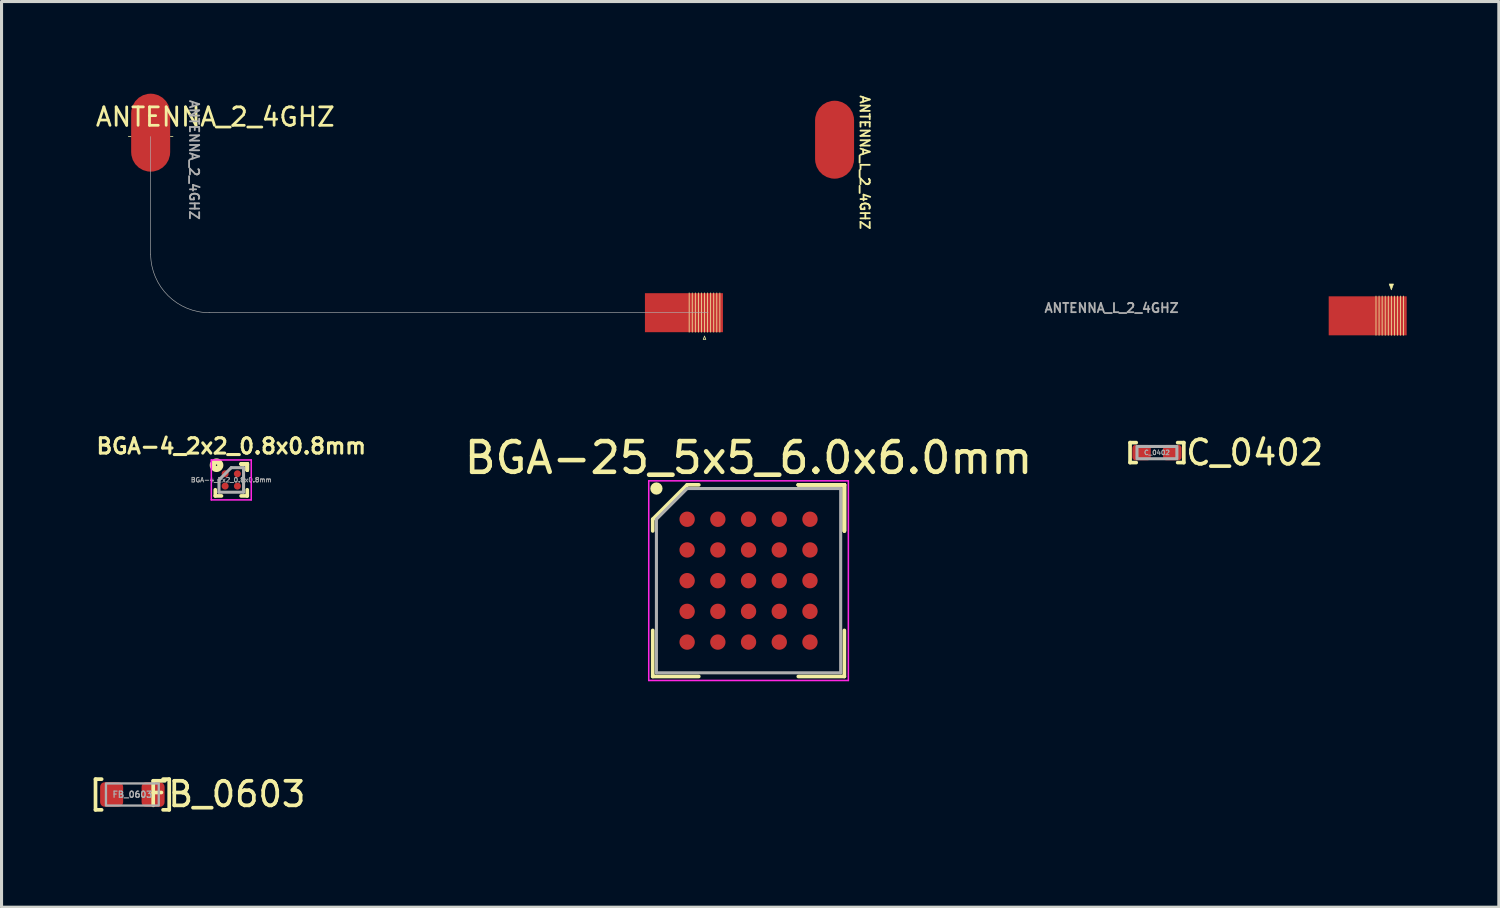
<source format=kicad_pcb>
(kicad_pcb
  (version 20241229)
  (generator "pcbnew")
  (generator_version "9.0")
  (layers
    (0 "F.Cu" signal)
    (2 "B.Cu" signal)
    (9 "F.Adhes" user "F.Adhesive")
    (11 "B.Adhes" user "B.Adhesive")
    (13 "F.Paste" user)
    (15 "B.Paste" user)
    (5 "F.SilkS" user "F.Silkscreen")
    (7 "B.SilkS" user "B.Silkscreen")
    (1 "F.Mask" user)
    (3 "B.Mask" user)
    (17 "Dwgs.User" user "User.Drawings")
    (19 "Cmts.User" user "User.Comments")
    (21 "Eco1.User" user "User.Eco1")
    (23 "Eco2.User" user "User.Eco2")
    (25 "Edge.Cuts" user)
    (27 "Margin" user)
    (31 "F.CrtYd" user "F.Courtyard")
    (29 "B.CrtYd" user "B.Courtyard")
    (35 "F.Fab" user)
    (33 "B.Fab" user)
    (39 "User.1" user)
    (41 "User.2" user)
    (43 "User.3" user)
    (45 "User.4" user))
  (footprint "ANTENNA_2_4GHZ"
    (layer "F.Cu")
    (at 1.221 1.397)
    (property "Reference" "ANTENNA_2_4GHZ" (at 2.74 -0.64 0) (unlocked yes) (layer "F.SilkS") (effects (font (size 0.6 0.6) (thickness 0.09))))
    (attr smd)
    (fp_line (start -0.09 0) (end -0.01 0) (stroke (width 0.025) (type solid)) (layer "F.SilkS"))
    (fp_line (start 1.28 0) (end 1.36 0) (stroke (width 0.025) (type solid)) (layer "F.SilkS"))
    (fp_line (start 18.17 5.09) (end 18.17 6.37) (stroke (width 0.025) (type solid)) (layer "F.SilkS"))
    (fp_line (start 18.27 5.09) (end 18.27 6.37) (stroke (width 0.025) (type solid)) (layer "F.SilkS"))
    (fp_line (start 18.37 5.09) (end 18.37 6.37) (stroke (width 0.025) (type solid)) (layer "F.SilkS"))
    (fp_line (start 18.47 5.09) (end 18.47 6.37) (stroke (width 0.025) (type solid)) (layer "F.SilkS"))
    (fp_line (start 18.57 5.09) (end 18.57 6.37) (stroke (width 0.025) (type solid)) (layer "F.SilkS"))
    (fp_line (start 18.63 6.6) (end 18.71 6.6) (stroke (width 0.025) (type solid)) (layer "F.SilkS"))
    (fp_line (start 18.67 5.09) (end 18.67 6.37) (stroke (width 0.025) (type solid)) (layer "F.SilkS"))
    (fp_line (start 18.67 6.5) (end 18.63 6.6) (stroke (width 0.025) (type solid)) (layer "F.SilkS"))
    (fp_line (start 18.67 6.5) (end 18.71 6.6) (stroke (width 0.025) (type solid)) (layer "F.SilkS"))
    (fp_line (start 18.77 5.09) (end 18.77 6.37) (stroke (width 0.025) (type solid)) (layer "F.SilkS"))
    (fp_line (start 18.87 5.09) (end 18.87 6.37) (stroke (width 0.025) (type solid)) (layer "F.SilkS"))
    (fp_line (start 18.97 5.09) (end 18.97 6.37) (stroke (width 0.025) (type solid)) (layer "F.SilkS"))
    (fp_line (start 19.07 5.09) (end 19.07 6.37) (stroke (width 0.025) (type solid)) (layer "F.SilkS"))
    (fp_line (start 19.17 5.09) (end 19.17 6.37) (stroke (width 0.025) (type solid)) (layer "F.SilkS"))
    (fp_line (start 0.635 3.83) (end 0.635 0) (stroke (width 0.02) (type solid)) (layer "F.Fab"))
    (fp_line (start 18.785 5.735) (end 2.56 5.735) (stroke (width 0.02) (type solid)) (layer "F.Fab"))
    (fp_arc (start 2.56 5.735) (mid 1.202962 5.18118) (end 0.635 3.83) (stroke (width 0.02) (type solid)) (layer "F.Fab"))
    (fp_text user "${REFERENCE}" (at 2.05 0.76 270) (unlocked yes) (layer "F.Fab") (effects (font (size 0.3 0.3) (thickness 0.06))))
    (pad "1" smd roundrect (at 0.635 -0.127 180) (size 1.27 2.54) (layers "F.Cu") (roundrect_rratio 0.5))
    (pad "1" smd rect (at 0.635 0 180) (size 0.635 0.635) (layers "F.Cu" "F.Mask"))
    (pad "2" smd rect (at 18 5.735) (size 2.54 1.27) (layers "F.Cu" "F.Mask" "F.Paste")))
  (footprint "BGA-4_2x2_0.8x0.8mm"
    (layer "F.Cu")
    (at 4.481 12.578)
    (property "Reference" "BGA-4_2x2_0.8x0.8mm" (at 0 -1.1 0) (layer "F.SilkS") (effects (font (size 0.5 0.5) (thickness 0.1))))
    (attr through_hole)
    (fp_line (start -0.52 0.52) (end -0.52 0.32) (stroke (width 0.12) (type solid)) (layer "F.SilkS"))
    (fp_line (start -0.32 0.52) (end -0.52 0.52) (stroke (width 0.12) (type solid)) (layer "F.SilkS"))
    (fp_line (start 0.32 -0.52) (end 0.52 -0.52) (stroke (width 0.12) (type solid)) (layer "F.SilkS"))
    (fp_line (start 0.32 -0.52) (end 0.52 -0.52) (stroke (width 0.12) (type solid)) (layer "F.SilkS"))
    (fp_line (start 0.32 -0.52) (end 0.52 -0.52) (stroke (width 0.12) (type solid)) (layer "F.SilkS"))
    (fp_line (start 0.32 0.52) (end 0.52 0.52) (stroke (width 0.12) (type solid)) (layer "F.SilkS"))
    (fp_line (start 0.52 -0.52) (end 0.52 -0.32) (stroke (width 0.12) (type solid)) (layer "F.SilkS"))
    (fp_line (start 0.52 -0.52) (end 0.52 -0.32) (stroke (width 0.12) (type solid)) (layer "F.SilkS"))
    (fp_line (start 0.52 -0.52) (end 0.52 -0.32) (stroke (width 0.12) (type solid)) (layer "F.SilkS"))
    (fp_line (start 0.52 0.52) (end 0.52 0.32) (stroke (width 0.12) (type solid)) (layer "F.SilkS"))
    (fp_circle (center -0.48 -0.48) (end -0.47 -0.46) (stroke (width 0.2) (type solid)) (fill no) (layer "F.SilkS"))
    (fp_line (start -0.65 -0.65) (end 0.65 -0.65) (stroke (width 0.05) (type solid)) (layer "F.CrtYd"))
    (fp_line (start -0.65 0.65) (end -0.65 -0.65) (stroke (width 0.05) (type solid)) (layer "F.CrtYd"))
    (fp_line (start 0.65 -0.65) (end 0.65 0.65) (stroke (width 0.05) (type solid)) (layer "F.CrtYd"))
    (fp_line (start 0.65 0.65) (end -0.65 0.65) (stroke (width 0.05) (type solid)) (layer "F.CrtYd"))
    (fp_line (start -0.4 0) (end -0.4 0.4) (stroke (width 0.1) (type solid)) (layer "F.Fab"))
    (fp_line (start -0.4 0.4) (end 0.4 0.4) (stroke (width 0.1) (type solid)) (layer "F.Fab"))
    (fp_line (start 0 -0.4) (end -0.4 0) (stroke (width 0.1) (type solid)) (layer "F.Fab"))
    (fp_line (start 0.4 -0.4) (end 0 -0.4) (stroke (width 0.1) (type solid)) (layer "F.Fab"))
    (fp_line (start 0.4 0.4) (end 0.4 -0.4) (stroke (width 0.1) (type solid)) (layer "F.Fab"))
    (fp_text user "${REFERENCE}" (at 0 0 0) (layer "F.Fab") (effects (font (size 0.15 0.15) (thickness 0.03))))
    (pad "A1" smd circle (at -0.2 -0.2) (size 0.23 0.23) (layers "F.Cu" "F.Mask" "F.Paste"))
    (pad "A2" smd circle (at 0.2 -0.2) (size 0.23 0.23) (layers "F.Cu" "F.Mask" "F.Paste"))
    (pad "B1" smd circle (at -0.2 0.2) (size 0.23 0.23) (layers "F.Cu" "F.Mask" "F.Paste"))
    (pad "B2" smd circle (at 0.2 0.2) (size 0.23 0.23) (layers "F.Cu" "F.Mask" "F.Paste")))
  (footprint "C_0402"
    (layer "F.Cu")
    (at 34.623 11.688)
    (property "Reference" "C_0402" (at 0.875 0 0) (unlocked yes) (layer "F.SilkS") (effects (font (size 0.8 0.8) (thickness 0.12)) (justify left)))
    (attr smd)
    (fp_line (start -0.875 -0.325) (end -0.875 0.325) (stroke (width 0.12) (type solid)) (layer "F.SilkS"))
    (fp_line (start -0.875 0.325) (end -0.675 0.325) (stroke (width 0.12) (type solid)) (layer "F.SilkS"))
    (fp_line (start -0.675 -0.325) (end -0.875 -0.325) (stroke (width 0.12) (type solid)) (layer "F.SilkS"))
    (fp_line (start 0.675 0.325) (end 0.875 0.325) (stroke (width 0.12) (type solid)) (layer "F.SilkS"))
    (fp_line (start 0.875 -0.325) (end 0.675 -0.325) (stroke (width 0.12) (type solid)) (layer "F.SilkS"))
    (fp_line (start 0.875 -0.325) (end 0.875 0.325) (stroke (width 0.12) (type solid)) (layer "F.SilkS"))
    (fp_rect (start -0.65 -0.2) (end 0.65 0.2) (stroke (width 0.1) (type solid)) (fill no) (layer "F.Fab"))
    (fp_text user "${REFERENCE}" (at 0 0 0) (unlocked yes) (layer "F.Fab") (effects (font (size 0.15 0.15) (thickness 0.03))))
    (pad "1" smd roundrect (at -0.5 0) (size 0.6 0.5) (layers "F.Cu" "F.Mask" "F.Paste") (roundrect_rratio 0.2))
    (pad "2" smd roundrect (at 0.5 0) (size 0.6 0.5) (layers "F.Cu" "F.Mask" "F.Paste") (roundrect_rratio 0.2)))
  (footprint "ANTENNA_L_2_4GHZ"
    (layer "F.Cu")
    (at 24.126 1.499)
    (property "Reference" "ANTENNA_L_2_4GHZ" (at 0.98 0.74 270) (unlocked yes) (layer "F.SilkS") (effects (font (size 0.3 0.3) (thickness 0.06))))
    (attr smd)
    (fp_line (start 17.63 5.09) (end 17.63 6.37) (stroke (width 0.025) (type solid)) (layer "F.SilkS"))
    (fp_line (start 17.73 5.09) (end 17.73 6.37) (stroke (width 0.025) (type solid)) (layer "F.SilkS"))
    (fp_line (start 17.83 5.09) (end 17.83 6.37) (stroke (width 0.025) (type solid)) (layer "F.SilkS"))
    (fp_line (start 17.93 5.09) (end 17.93 6.37) (stroke (width 0.025) (type solid)) (layer "F.SilkS"))
    (fp_line (start 18.03 5.09) (end 18.03 6.37) (stroke (width 0.025) (type solid)) (layer "F.SilkS"))
    (fp_line (start 18.13 5.09) (end 18.13 6.37) (stroke (width 0.025) (type solid)) (layer "F.SilkS"))
    (fp_line (start 18.23 5.09) (end 18.23 6.37) (stroke (width 0.025) (type solid)) (layer "F.SilkS"))
    (fp_line (start 18.33 5.09) (end 18.33 6.37) (stroke (width 0.025) (type solid)) (layer "F.SilkS"))
    (fp_line (start 18.43 5.09) (end 18.43 6.37) (stroke (width 0.025) (type solid)) (layer "F.SilkS"))
    (fp_line (start 18.53 5.09) (end 18.53 6.37) (stroke (width 0.025) (type solid)) (layer "F.SilkS"))
    (fp_poly (pts (xy 18.13 4.889) (xy 18.06 4.699) (xy 18.2 4.699)) (stroke (width 0.02) (type solid)) (fill yes) (layer "F.SilkS"))
    (fp_text user "${REFERENCE}" (at 9.02 5.48 0) (unlocked yes) (layer "F.Fab") (effects (font (size 0.3 0.3) (thickness 0.06))))
    (pad "1" smd rect (at 0 0 180) (size 0.635 0.635) (layers "F.Cu" "F.Mask"))
    (pad "1" smd roundrect (at 0 0 180) (size 1.27 2.54) (layers "F.Cu") (roundrect_rratio 0.5))
    (pad "2" smd rect (at 17.36 5.735) (size 2.54 1.27) (layers "F.Cu")))
  (footprint "FB_0603"
    (layer "F.Cu")
    (at 1.26 22.821)
    (property "Reference" "FB_0603" (at 3.06 -0.01 0) (unlocked yes) (layer "F.SilkS") (effects (font (size 0.8 0.8) (thickness 0.12))))
    (attr smd)
    (fp_line (start -1.2 -0.5) (end -1.2 0.5) (stroke (width 0.12) (type solid)) (layer "F.SilkS"))
    (fp_line (start -1 -0.5) (end -1.2 -0.5) (stroke (width 0.12) (type solid)) (layer "F.SilkS"))
    (fp_line (start -1 0.5) (end -1.2 0.5) (stroke (width 0.12) (type solid)) (layer "F.SilkS"))
    (fp_line (start 1.2 -0.5) (end 1 -0.5) (stroke (width 0.12) (type solid)) (layer "F.SilkS"))
    (fp_line (start 1.2 -0.5) (end 1.2 0.5) (stroke (width 0.12) (type solid)) (layer "F.SilkS"))
    (fp_line (start 1.2 0.5) (end 1 0.5) (stroke (width 0.12) (type solid)) (layer "F.SilkS"))
    (fp_rect (start -0.86 -0.36) (end 0.86 0.36) (stroke (width 0.075) (type solid)) (fill no) (layer "F.Fab"))
    (fp_text user "${REFERENCE}" (at 0 0 0) (unlocked yes) (layer "F.Fab") (effects (font (size 0.2 0.2) (thickness 0.04))))
    (pad "1" smd roundrect (at -0.675 0) (size 0.75 0.8) (layers "F.Cu" "F.Mask" "F.Paste") (roundrect_rratio 0.2))
    (pad "2" smd roundrect (at 0.675 0) (size 0.75 0.8) (layers "F.Cu" "F.Mask" "F.Paste") (roundrect_rratio 0.2)))
  (footprint "BGA-25_5x5_6.0x6.0mm"
    (layer "F.Cu")
    (at 21.325 15.858)
    (property "Reference" "BGA-25_5x5_6.0x6.0mm" (at 0 -4 0) (layer "F.SilkS") (effects (font (size 1 1) (thickness 0.15))))
    (attr through_hole)
    (fp_line (start -3.12 -2) (end -3.12 -1.62) (stroke (width 0.12) (type solid)) (layer "F.SilkS"))
    (fp_line (start -3.12 3.12) (end -3.12 1.62) (stroke (width 0.12) (type solid)) (layer "F.SilkS"))
    (fp_line (start -2 -3.12) (end -3.12 -2) (stroke (width 0.12) (type solid)) (layer "F.SilkS"))
    (fp_line (start -1.62 -3.12) (end -2 -3.12) (stroke (width 0.12) (type solid)) (layer "F.SilkS"))
    (fp_line (start -1.62 3.12) (end -3.12 3.12) (stroke (width 0.12) (type solid)) (layer "F.SilkS"))
    (fp_line (start 1.62 -3.12) (end 3.12 -3.12) (stroke (width 0.12) (type solid)) (layer "F.SilkS"))
    (fp_line (start 1.62 -3.12) (end 3.12 -3.12) (stroke (width 0.12) (type solid)) (layer "F.SilkS"))
    (fp_line (start 1.62 -3.12) (end 3.12 -3.12) (stroke (width 0.12) (type solid)) (layer "F.SilkS"))
    (fp_line (start 1.62 3.12) (end 3.12 3.12) (stroke (width 0.12) (type solid)) (layer "F.SilkS"))
    (fp_line (start 3.12 -3.12) (end 3.12 -1.62) (stroke (width 0.12) (type solid)) (layer "F.SilkS"))
    (fp_line (start 3.12 -3.12) (end 3.12 -1.62) (stroke (width 0.12) (type solid)) (layer "F.SilkS"))
    (fp_line (start 3.12 -3.12) (end 3.12 -1.62) (stroke (width 0.12) (type solid)) (layer "F.SilkS"))
    (fp_line (start 3.12 3.12) (end 3.12 1.62) (stroke (width 0.12) (type solid)) (layer "F.SilkS"))
    (fp_circle (center -3 -3) (end -3 -2.9) (stroke (width 0.2) (type solid)) (fill no) (layer "F.SilkS"))
    (fp_line (start -3.25 -3.25) (end 3.25 -3.25) (stroke (width 0.05) (type solid)) (layer "F.CrtYd"))
    (fp_line (start -3.25 3.25) (end -3.25 -3.25) (stroke (width 0.05) (type solid)) (layer "F.CrtYd"))
    (fp_line (start 3.25 -3.25) (end 3.25 3.25) (stroke (width 0.05) (type solid)) (layer "F.CrtYd"))
    (fp_line (start 3.25 3.25) (end -3.25 3.25) (stroke (width 0.05) (type solid)) (layer "F.CrtYd"))
    (fp_line (start -3 -2) (end -3 3) (stroke (width 0.1) (type solid)) (layer "F.Fab"))
    (fp_line (start -3 3) (end 3 3) (stroke (width 0.1) (type solid)) (layer "F.Fab"))
    (fp_line (start -2 -3) (end -3 -2) (stroke (width 0.1) (type solid)) (layer "F.Fab"))
    (fp_line (start 3 -3) (end -2 -3) (stroke (width 0.1) (type solid)) (layer "F.Fab"))
    (fp_line (start 3 3) (end 3 -3) (stroke (width 0.1) (type solid)) (layer "F.Fab"))
    (pad "A1" smd circle (at -2 -2) (size 0.5 0.5) (layers "F.Cu" "F.Mask" "F.Paste"))
    (pad "A2" smd circle (at -1 -2) (size 0.5 0.5) (layers "F.Cu" "F.Mask" "F.Paste"))
    (pad "A3" smd circle (at 0 -2) (size 0.5 0.5) (layers "F.Cu" "F.Mask" "F.Paste"))
    (pad "A4" smd circle (at 1 -2) (size 0.5 0.5) (layers "F.Cu" "F.Mask" "F.Paste"))
    (pad "A5" smd circle (at 2 -2) (size 0.5 0.5) (layers "F.Cu" "F.Mask" "F.Paste"))
    (pad "B1" smd circle (at -2 -1) (size 0.5 0.5) (layers "F.Cu" "F.Mask" "F.Paste"))
    (pad "B2" smd circle (at -1 -1) (size 0.5 0.5) (layers "F.Cu" "F.Mask" "F.Paste"))
    (pad "B3" smd circle (at 0 -1) (size 0.5 0.5) (layers "F.Cu" "F.Mask" "F.Paste"))
    (pad "B4" smd circle (at 1 -1) (size 0.5 0.5) (layers "F.Cu" "F.Mask" "F.Paste"))
    (pad "B5" smd circle (at 2 -1) (size 0.5 0.5) (layers "F.Cu" "F.Mask" "F.Paste"))
    (pad "C1" smd circle (at -2 0) (size 0.5 0.5) (layers "F.Cu" "F.Mask" "F.Paste"))
    (pad "C2" smd circle (at -1 0) (size 0.5 0.5) (layers "F.Cu" "F.Mask" "F.Paste"))
    (pad "C3" smd circle (at 0 0) (size 0.5 0.5) (layers "F.Cu" "F.Mask" "F.Paste"))
    (pad "C4" smd circle (at 1 0) (size 0.5 0.5) (layers "F.Cu" "F.Mask" "F.Paste"))
    (pad "C5" smd circle (at 2 0) (size 0.5 0.5) (layers "F.Cu" "F.Mask" "F.Paste"))
    (pad "D1" smd circle (at -2 1) (size 0.5 0.5) (layers "F.Cu" "F.Mask" "F.Paste"))
    (pad "D2" smd circle (at -1 1) (size 0.5 0.5) (layers "F.Cu" "F.Mask" "F.Paste"))
    (pad "D3" smd circle (at 0 1) (size 0.5 0.5) (layers "F.Cu" "F.Mask" "F.Paste"))
    (pad "D4" smd circle (at 1 1) (size 0.5 0.5) (layers "F.Cu" "F.Mask" "F.Paste"))
    (pad "D5" smd circle (at 2 1) (size 0.5 0.5) (layers "F.Cu" "F.Mask" "F.Paste"))
    (pad "E1" smd circle (at -2 2) (size 0.5 0.5) (layers "F.Cu" "F.Mask" "F.Paste"))
    (pad "E2" smd circle (at -1 2) (size 0.5 0.5) (layers "F.Cu" "F.Mask" "F.Paste"))
    (pad "E3" smd circle (at 0 2) (size 0.5 0.5) (layers "F.Cu" "F.Mask" "F.Paste"))
    (pad "E4" smd circle (at 1 2) (size 0.5 0.5) (layers "F.Cu" "F.Mask" "F.Paste"))
    (pad "E5" smd circle (at 2 2) (size 0.5 0.5) (layers "F.Cu" "F.Mask" "F.Paste")))
  (gr_rect
    (start -3 -3)
    (end 45.756 26.49)
    (stroke (width 0.1) (type default))
    (fill no)
    (layer "Edge.Cuts")))
</source>
